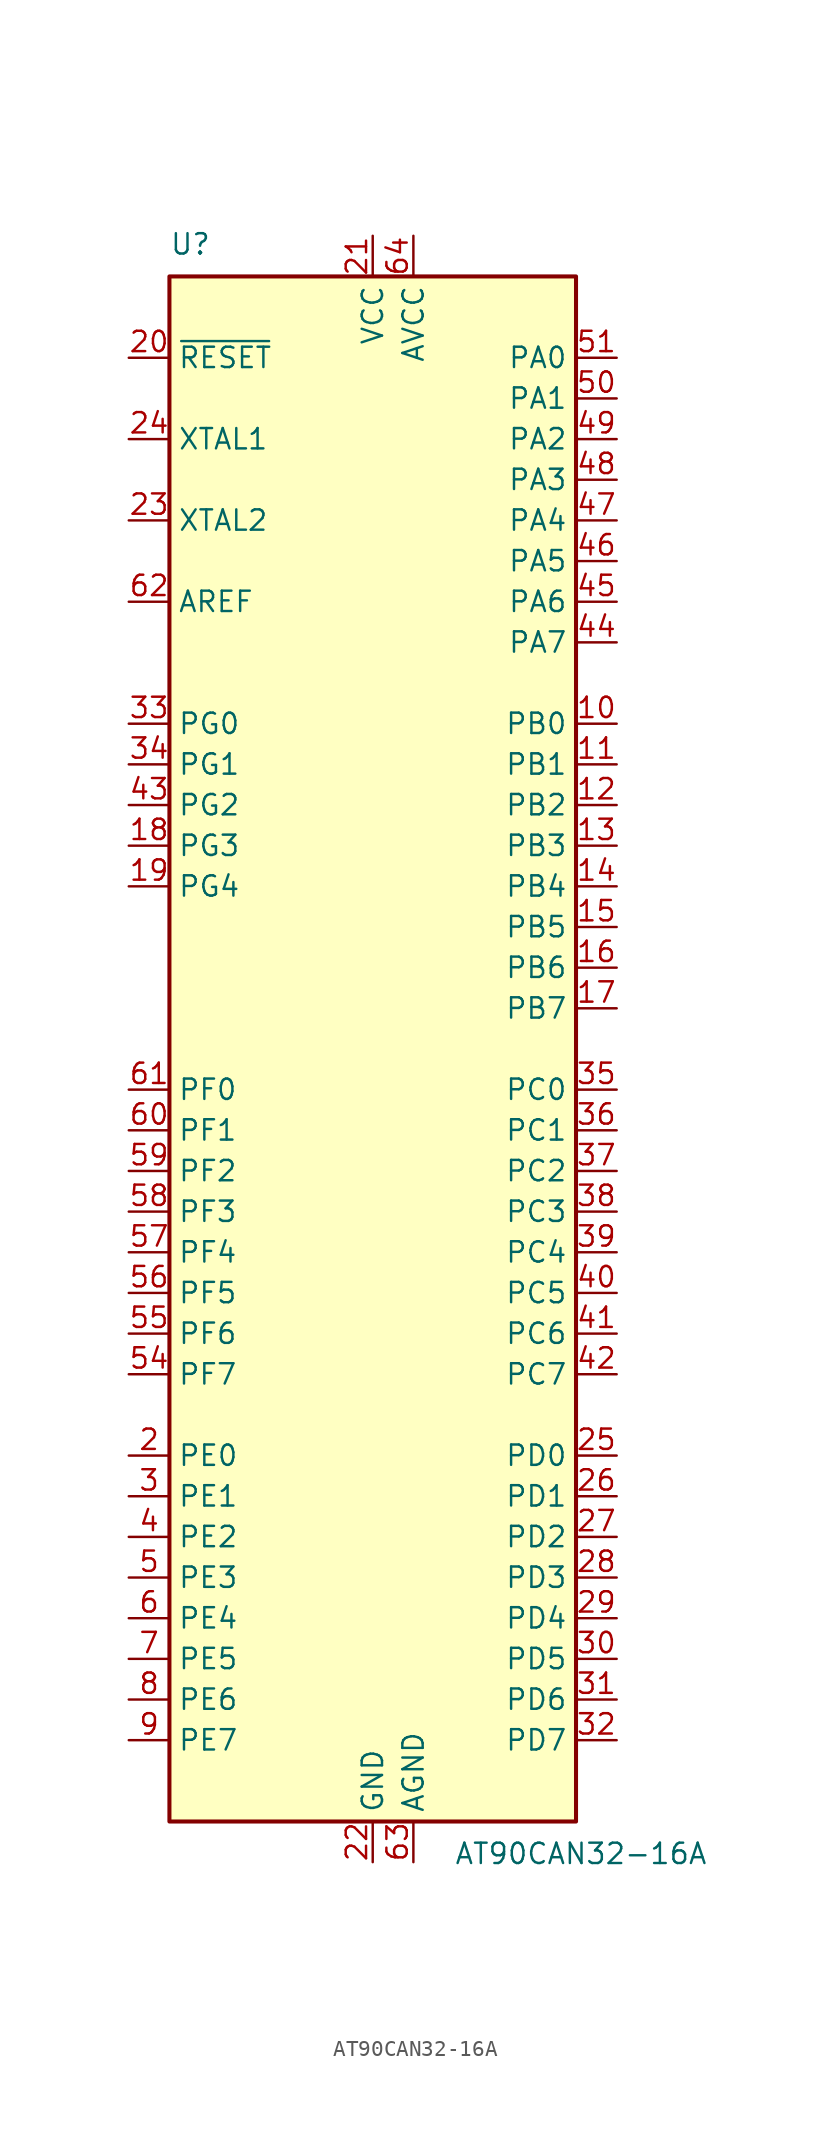
<source format=kicad_sym>
(kicad_symbol_lib
  (version 20200908)
  (generator kicad_symbol_editor)
  (symbol "MCU_Microchip_AVR:AT90CAN32-16A"
    (property "Reference" "U"
      (at -12.7 49.53 0)
      (effects (font (size 1.27 1.27)) (justify left bottom)))
    (property "Value" "AT90CAN32-16A"
      (at 5.08 -49.53 0)
      (effects (font (size 1.27 1.27)) (justify left top)))
    (symbol "AT90CAN32-16A_0_1"
      (rectangle (start -12.7 -48.26) (end 12.7 48.26) (stroke (width 0.254)) (fill (type background))))
    (symbol "AT90CAN32-16A_1_1"
      (pin unconnected line (at -12.7 -45.72 0) (length 2.54) hide (name "NC" (effects (font (size 1.27 1.27)))) (number "1" (effects (font (size 1.27 1.27)))))
      (pin bidirectional line (at 15.24 20.32 180) (length 2.54) (name "PB0" (effects (font (size 1.27 1.27)))) (number "10" (effects (font (size 1.27 1.27)))))
      (pin bidirectional line (at 15.24 17.78 180) (length 2.54) (name "PB1" (effects (font (size 1.27 1.27)))) (number "11" (effects (font (size 1.27 1.27)))))
      (pin bidirectional line (at 15.24 15.24 180) (length 2.54) (name "PB2" (effects (font (size 1.27 1.27)))) (number "12" (effects (font (size 1.27 1.27)))))
      (pin bidirectional line (at 15.24 12.7 180) (length 2.54) (name "PB3" (effects (font (size 1.27 1.27)))) (number "13" (effects (font (size 1.27 1.27)))))
      (pin bidirectional line (at 15.24 10.16 180) (length 2.54) (name "PB4" (effects (font (size 1.27 1.27)))) (number "14" (effects (font (size 1.27 1.27)))))
      (pin bidirectional line (at 15.24 7.62 180) (length 2.54) (name "PB5" (effects (font (size 1.27 1.27)))) (number "15" (effects (font (size 1.27 1.27)))))
      (pin bidirectional line (at 15.24 5.08 180) (length 2.54) (name "PB6" (effects (font (size 1.27 1.27)))) (number "16" (effects (font (size 1.27 1.27)))))
      (pin bidirectional line (at 15.24 2.54 180) (length 2.54) (name "PB7" (effects (font (size 1.27 1.27)))) (number "17" (effects (font (size 1.27 1.27)))))
      (pin bidirectional line (at -15.24 12.7 0) (length 2.54) (name "PG3" (effects (font (size 1.27 1.27)))) (number "18" (effects (font (size 1.27 1.27)))))
      (pin bidirectional line (at -15.24 10.16 0) (length 2.54) (name "PG4" (effects (font (size 1.27 1.27)))) (number "19" (effects (font (size 1.27 1.27)))))
      (pin bidirectional line (at -15.24 -25.4 0) (length 2.54) (name "PE0" (effects (font (size 1.27 1.27)))) (number "2" (effects (font (size 1.27 1.27)))))
      (pin input line (at -15.24 43.18 0) (length 2.54) (name "~RESET" (effects (font (size 1.27 1.27)))) (number "20" (effects (font (size 1.27 1.27)))))
      (pin power_in line (at 0 50.8 270) (length 2.54) (name "VCC" (effects (font (size 1.27 1.27)))) (number "21" (effects (font (size 1.27 1.27)))))
      (pin power_in line (at 0 -50.8 90) (length 2.54) (name "GND" (effects (font (size 1.27 1.27)))) (number "22" (effects (font (size 1.27 1.27)))))
      (pin output line (at -15.24 33.02 0) (length 2.54) (name "XTAL2" (effects (font (size 1.27 1.27)))) (number "23" (effects (font (size 1.27 1.27)))))
      (pin input line (at -15.24 38.1 0) (length 2.54) (name "XTAL1" (effects (font (size 1.27 1.27)))) (number "24" (effects (font (size 1.27 1.27)))))
      (pin bidirectional line (at 15.24 -25.4 180) (length 2.54) (name "PD0" (effects (font (size 1.27 1.27)))) (number "25" (effects (font (size 1.27 1.27)))))
      (pin bidirectional line (at 15.24 -27.94 180) (length 2.54) (name "PD1" (effects (font (size 1.27 1.27)))) (number "26" (effects (font (size 1.27 1.27)))))
      (pin bidirectional line (at 15.24 -30.48 180) (length 2.54) (name "PD2" (effects (font (size 1.27 1.27)))) (number "27" (effects (font (size 1.27 1.27)))))
      (pin bidirectional line (at 15.24 -33.02 180) (length 2.54) (name "PD3" (effects (font (size 1.27 1.27)))) (number "28" (effects (font (size 1.27 1.27)))))
      (pin bidirectional line (at 15.24 -35.56 180) (length 2.54) (name "PD4" (effects (font (size 1.27 1.27)))) (number "29" (effects (font (size 1.27 1.27)))))
      (pin bidirectional line (at -15.24 -27.94 0) (length 2.54) (name "PE1" (effects (font (size 1.27 1.27)))) (number "3" (effects (font (size 1.27 1.27)))))
      (pin bidirectional line (at 15.24 -38.1 180) (length 2.54) (name "PD5" (effects (font (size 1.27 1.27)))) (number "30" (effects (font (size 1.27 1.27)))))
      (pin bidirectional line (at 15.24 -40.64 180) (length 2.54) (name "PD6" (effects (font (size 1.27 1.27)))) (number "31" (effects (font (size 1.27 1.27)))))
      (pin bidirectional line (at 15.24 -43.18 180) (length 2.54) (name "PD7" (effects (font (size 1.27 1.27)))) (number "32" (effects (font (size 1.27 1.27)))))
      (pin bidirectional line (at -15.24 20.32 0) (length 2.54) (name "PG0" (effects (font (size 1.27 1.27)))) (number "33" (effects (font (size 1.27 1.27)))))
      (pin bidirectional line (at -15.24 17.78 0) (length 2.54) (name "PG1" (effects (font (size 1.27 1.27)))) (number "34" (effects (font (size 1.27 1.27)))))
      (pin bidirectional line (at 15.24 -2.54 180) (length 2.54) (name "PC0" (effects (font (size 1.27 1.27)))) (number "35" (effects (font (size 1.27 1.27)))))
      (pin bidirectional line (at 15.24 -5.08 180) (length 2.54) (name "PC1" (effects (font (size 1.27 1.27)))) (number "36" (effects (font (size 1.27 1.27)))))
      (pin bidirectional line (at 15.24 -7.62 180) (length 2.54) (name "PC2" (effects (font (size 1.27 1.27)))) (number "37" (effects (font (size 1.27 1.27)))))
      (pin bidirectional line (at 15.24 -10.16 180) (length 2.54) (name "PC3" (effects (font (size 1.27 1.27)))) (number "38" (effects (font (size 1.27 1.27)))))
      (pin bidirectional line (at 15.24 -12.7 180) (length 2.54) (name "PC4" (effects (font (size 1.27 1.27)))) (number "39" (effects (font (size 1.27 1.27)))))
      (pin bidirectional line (at -15.24 -30.48 0) (length 2.54) (name "PE2" (effects (font (size 1.27 1.27)))) (number "4" (effects (font (size 1.27 1.27)))))
      (pin bidirectional line (at 15.24 -15.24 180) (length 2.54) (name "PC5" (effects (font (size 1.27 1.27)))) (number "40" (effects (font (size 1.27 1.27)))))
      (pin bidirectional line (at 15.24 -17.78 180) (length 2.54) (name "PC6" (effects (font (size 1.27 1.27)))) (number "41" (effects (font (size 1.27 1.27)))))
      (pin bidirectional line (at 15.24 -20.32 180) (length 2.54) (name "PC7" (effects (font (size 1.27 1.27)))) (number "42" (effects (font (size 1.27 1.27)))))
      (pin bidirectional line (at -15.24 15.24 0) (length 2.54) (name "PG2" (effects (font (size 1.27 1.27)))) (number "43" (effects (font (size 1.27 1.27)))))
      (pin bidirectional line (at 15.24 25.4 180) (length 2.54) (name "PA7" (effects (font (size 1.27 1.27)))) (number "44" (effects (font (size 1.27 1.27)))))
      (pin bidirectional line (at 15.24 27.94 180) (length 2.54) (name "PA6" (effects (font (size 1.27 1.27)))) (number "45" (effects (font (size 1.27 1.27)))))
      (pin bidirectional line (at 15.24 30.48 180) (length 2.54) (name "PA5" (effects (font (size 1.27 1.27)))) (number "46" (effects (font (size 1.27 1.27)))))
      (pin bidirectional line (at 15.24 33.02 180) (length 2.54) (name "PA4" (effects (font (size 1.27 1.27)))) (number "47" (effects (font (size 1.27 1.27)))))
      (pin bidirectional line (at 15.24 35.56 180) (length 2.54) (name "PA3" (effects (font (size 1.27 1.27)))) (number "48" (effects (font (size 1.27 1.27)))))
      (pin bidirectional line (at 15.24 38.1 180) (length 2.54) (name "PA2" (effects (font (size 1.27 1.27)))) (number "49" (effects (font (size 1.27 1.27)))))
      (pin bidirectional line (at -15.24 -33.02 0) (length 2.54) (name "PE3" (effects (font (size 1.27 1.27)))) (number "5" (effects (font (size 1.27 1.27)))))
      (pin bidirectional line (at 15.24 40.64 180) (length 2.54) (name "PA1" (effects (font (size 1.27 1.27)))) (number "50" (effects (font (size 1.27 1.27)))))
      (pin bidirectional line (at 15.24 43.18 180) (length 2.54) (name "PA0" (effects (font (size 1.27 1.27)))) (number "51" (effects (font (size 1.27 1.27)))))
      (pin passive line (at 0 50.8 270) (length 2.54) hide (name "VCC" (effects (font (size 1.27 1.27)))) (number "52" (effects (font (size 1.27 1.27)))))
      (pin passive line (at 0 -50.8 90) (length 2.54) hide (name "GND" (effects (font (size 1.27 1.27)))) (number "53" (effects (font (size 1.27 1.27)))))
      (pin bidirectional line (at -15.24 -20.32 0) (length 2.54) (name "PF7" (effects (font (size 1.27 1.27)))) (number "54" (effects (font (size 1.27 1.27)))))
      (pin bidirectional line (at -15.24 -17.78 0) (length 2.54) (name "PF6" (effects (font (size 1.27 1.27)))) (number "55" (effects (font (size 1.27 1.27)))))
      (pin bidirectional line (at -15.24 -15.24 0) (length 2.54) (name "PF5" (effects (font (size 1.27 1.27)))) (number "56" (effects (font (size 1.27 1.27)))))
      (pin bidirectional line (at -15.24 -12.7 0) (length 2.54) (name "PF4" (effects (font (size 1.27 1.27)))) (number "57" (effects (font (size 1.27 1.27)))))
      (pin bidirectional line (at -15.24 -10.16 0) (length 2.54) (name "PF3" (effects (font (size 1.27 1.27)))) (number "58" (effects (font (size 1.27 1.27)))))
      (pin bidirectional line (at -15.24 -7.62 0) (length 2.54) (name "PF2" (effects (font (size 1.27 1.27)))) (number "59" (effects (font (size 1.27 1.27)))))
      (pin bidirectional line (at -15.24 -35.56 0) (length 2.54) (name "PE4" (effects (font (size 1.27 1.27)))) (number "6" (effects (font (size 1.27 1.27)))))
      (pin bidirectional line (at -15.24 -5.08 0) (length 2.54) (name "PF1" (effects (font (size 1.27 1.27)))) (number "60" (effects (font (size 1.27 1.27)))))
      (pin bidirectional line (at -15.24 -2.54 0) (length 2.54) (name "PF0" (effects (font (size 1.27 1.27)))) (number "61" (effects (font (size 1.27 1.27)))))
      (pin passive line (at -15.24 27.94 0) (length 2.54) (name "AREF" (effects (font (size 1.27 1.27)))) (number "62" (effects (font (size 1.27 1.27)))))
      (pin power_in line (at 2.54 -50.8 90) (length 2.54) (name "AGND" (effects (font (size 1.27 1.27)))) (number "63" (effects (font (size 1.27 1.27)))))
      (pin power_in line (at 2.54 50.8 270) (length 2.54) (name "AVCC" (effects (font (size 1.27 1.27)))) (number "64" (effects (font (size 1.27 1.27)))))
      (pin bidirectional line (at -15.24 -38.1 0) (length 2.54) (name "PE5" (effects (font (size 1.27 1.27)))) (number "7" (effects (font (size 1.27 1.27)))))
      (pin bidirectional line (at -15.24 -40.64 0) (length 2.54) (name "PE6" (effects (font (size 1.27 1.27)))) (number "8" (effects (font (size 1.27 1.27)))))
      (pin bidirectional line (at -15.24 -43.18 0) (length 2.54) (name "PE7" (effects (font (size 1.27 1.27)))) (number "9" (effects (font (size 1.27 1.27))))))))
</source>
